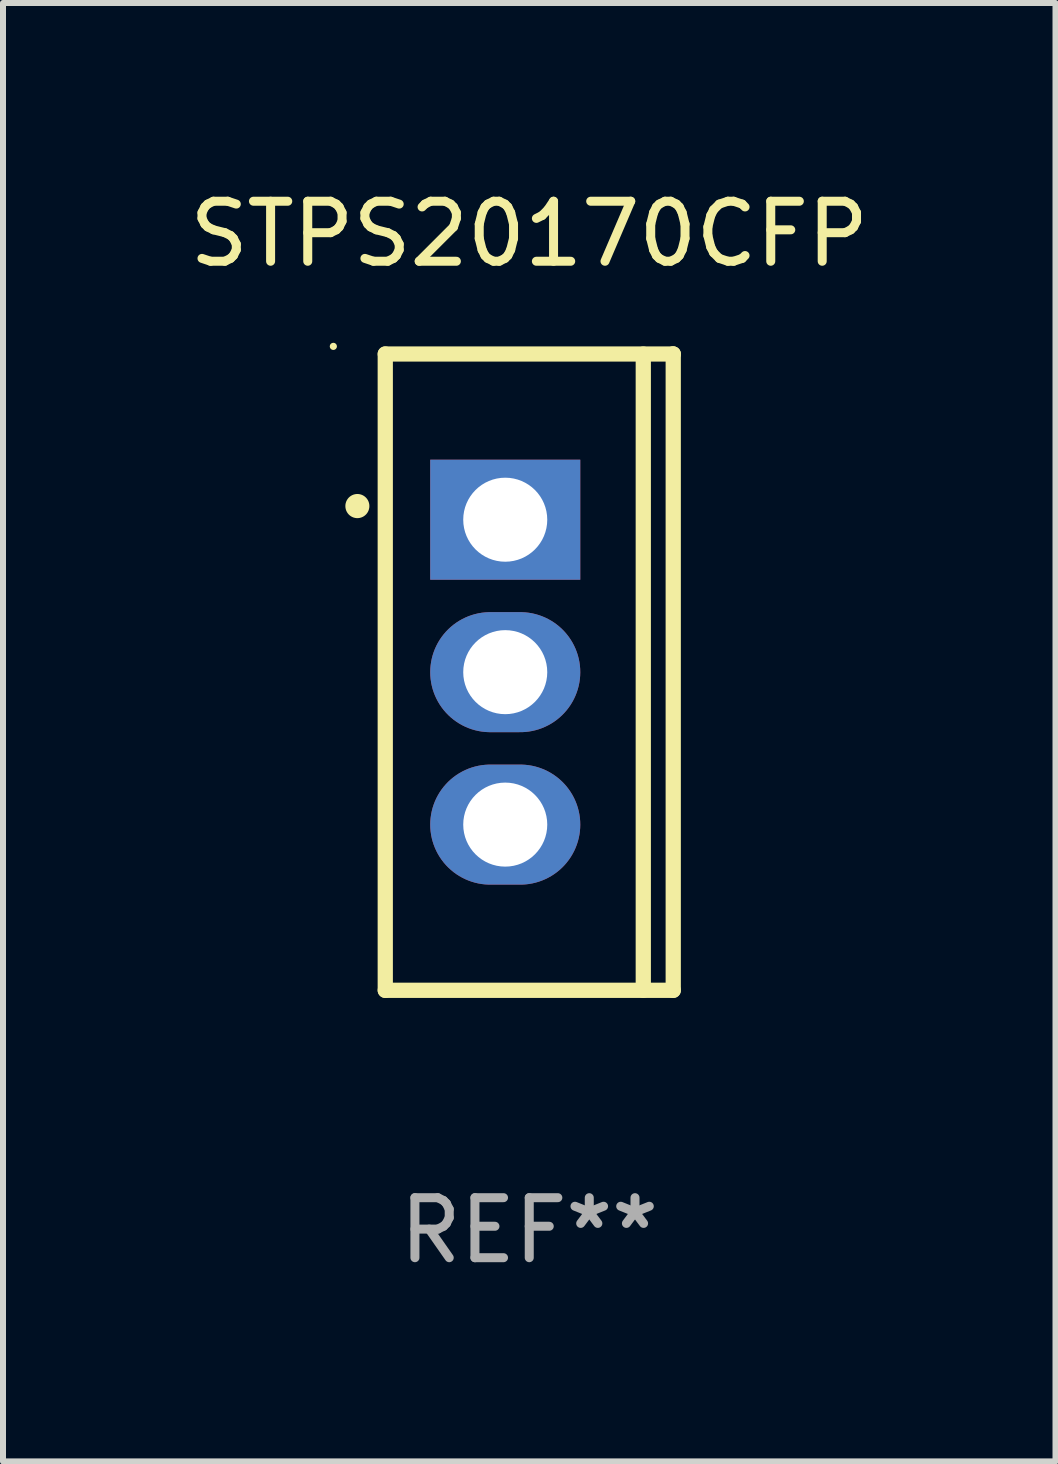
<source format=kicad_pcb>
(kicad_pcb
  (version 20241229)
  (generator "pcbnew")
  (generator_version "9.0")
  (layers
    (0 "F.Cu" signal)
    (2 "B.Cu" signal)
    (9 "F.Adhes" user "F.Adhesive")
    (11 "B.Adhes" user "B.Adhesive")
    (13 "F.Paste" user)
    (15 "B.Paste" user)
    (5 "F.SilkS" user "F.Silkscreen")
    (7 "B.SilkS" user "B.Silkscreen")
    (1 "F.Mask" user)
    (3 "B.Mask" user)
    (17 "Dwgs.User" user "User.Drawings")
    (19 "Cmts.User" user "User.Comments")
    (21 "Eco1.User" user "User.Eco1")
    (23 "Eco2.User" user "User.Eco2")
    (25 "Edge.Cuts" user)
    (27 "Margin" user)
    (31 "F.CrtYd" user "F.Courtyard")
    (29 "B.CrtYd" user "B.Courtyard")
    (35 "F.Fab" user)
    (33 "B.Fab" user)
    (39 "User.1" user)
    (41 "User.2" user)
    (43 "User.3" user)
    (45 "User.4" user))
  (footprint "STPS20170CFP"
    (layer "F.Cu")
    (at 5.768 8.149)
    (property "Reference" "STPS20170CFP" (at 0 -7.301 0) (layer "F.SilkS") (effects (font (size 1 1) (thickness 0.15))))
    (attr through_hole)
    (fp_line (start -2.399 -5.301) (end 2.394 -5.301) (stroke (width 0.254) (type solid)) (layer "F.SilkS"))
    (fp_line (start -2.399 5.301) (end -2.399 -5.301) (stroke (width 0.254) (type solid)) (layer "F.SilkS"))
    (fp_line (start 1.9 5.3) (end 1.9 -5.3) (stroke (width 0.254) (type solid)) (layer "F.SilkS"))
    (fp_line (start 2.394 -5.301) (end 2.399 -5.301) (stroke (width 0.254) (type solid)) (layer "F.SilkS"))
    (fp_line (start 2.399 -5.301) (end 2.399 5.301) (stroke (width 0.254) (type solid)) (layer "F.SilkS"))
    (fp_line (start 2.399 5.301) (end -2.399 5.301) (stroke (width 0.254) (type solid)) (layer "F.SilkS"))
    (fp_arc (start -2.863843 -2.766066) (mid -2.863847 -2.767336) (end -2.863843 -2.768606) (stroke (width 0.4) (type solid)) (layer "F.SilkS"))
    (fp_circle (center -3.264 -5.428) (end -3.234 -5.428) (stroke (width 0.06) (type solid)) (fill no) (layer "F.SilkS"))
    (fp_text user "REF**" (at 0 9.301 0) (layer "F.Fab") (effects (font (size 1 1) (thickness 0.15))))
    (pad "1" thru_hole rect (at -0.4 -2.54 270) (size 2 2.5) (drill 1.4) (layers "*.Cu" "*.Mask"))
    (pad "2" thru_hole oval (at -0.4 0 270) (size 2 2.5) (drill 1.4) (layers "*.Cu" "*.Mask"))
    (pad "3" thru_hole oval (at -0.4 2.54 270) (size 2 2.5) (drill 1.4) (layers "*.Cu" "*.Mask")))
  (gr_rect
    (start -3 -3)
    (end 14.536 21.299)
    (stroke (width 0.1) (type default))
    (fill no)
    (layer "Edge.Cuts")))
</source>
